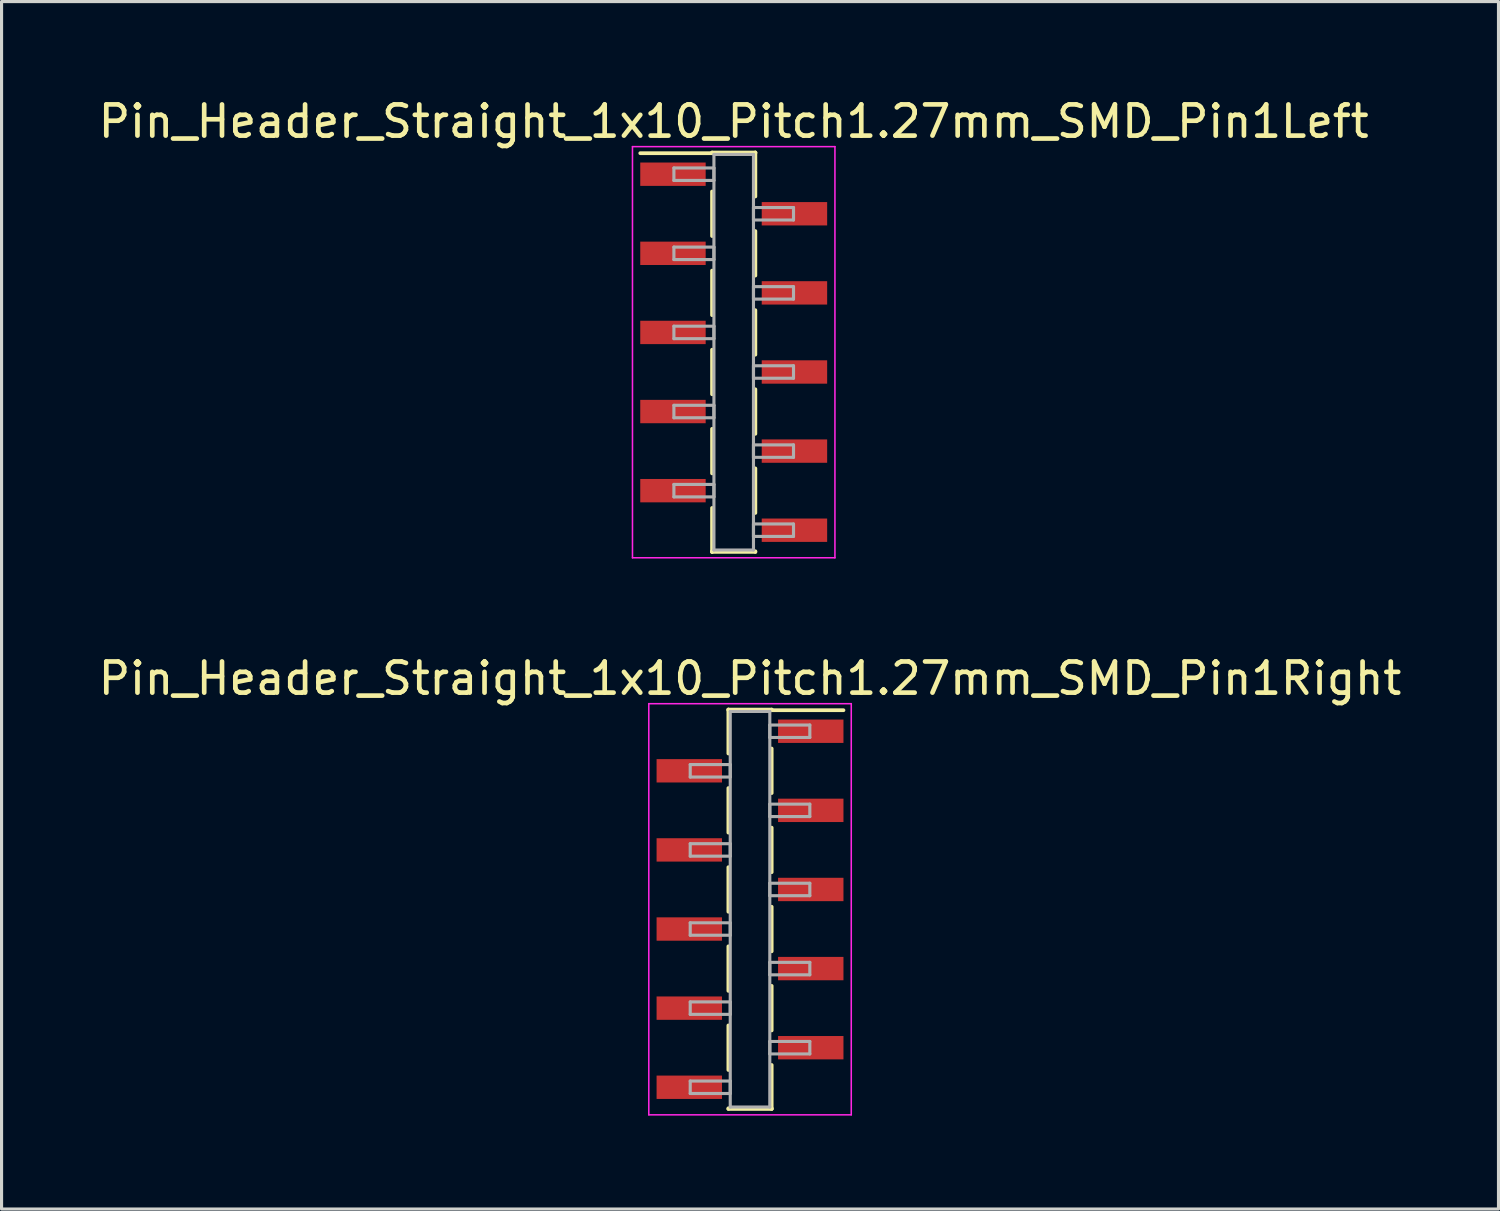
<source format=kicad_pcb>
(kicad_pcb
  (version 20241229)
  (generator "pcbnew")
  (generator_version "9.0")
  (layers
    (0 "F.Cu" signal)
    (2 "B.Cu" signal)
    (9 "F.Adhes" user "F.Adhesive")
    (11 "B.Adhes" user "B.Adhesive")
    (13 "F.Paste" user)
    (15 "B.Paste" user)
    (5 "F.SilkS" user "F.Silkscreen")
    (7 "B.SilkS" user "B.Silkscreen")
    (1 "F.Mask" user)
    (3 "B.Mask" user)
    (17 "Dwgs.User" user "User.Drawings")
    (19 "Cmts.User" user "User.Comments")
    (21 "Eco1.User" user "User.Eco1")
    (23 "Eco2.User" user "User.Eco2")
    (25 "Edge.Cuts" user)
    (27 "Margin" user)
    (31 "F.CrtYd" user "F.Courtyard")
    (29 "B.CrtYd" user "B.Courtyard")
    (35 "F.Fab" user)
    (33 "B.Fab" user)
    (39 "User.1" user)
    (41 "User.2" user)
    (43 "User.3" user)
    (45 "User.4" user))
  (footprint "Pin_Header_Straight_1x10_Pitch1.27mm_SMD_Pin1Left"
    (layer "F.Cu")
    (at 20.506 8.258)
    (property "Reference" "Pin_Header_Straight_1x10_Pitch1.27mm_SMD_Pin1Left" (at 0 -7.41 0) (layer "F.SilkS") (effects (font (size 1 1) (thickness 0.15))))
    (attr smd)
    (fp_line (start -0.695 -6.41) (end 0.695 -6.41) (stroke (width 0.12) (type solid)) (layer "F.SilkS"))
    (fp_line (start -0.695 -6.39) (end -3 -6.39) (stroke (width 0.12) (type solid)) (layer "F.SilkS"))
    (fp_line (start -0.695 -6.39) (end -0.695 -6.41) (stroke (width 0.12) (type solid)) (layer "F.SilkS"))
    (fp_line (start -0.695 -5.16) (end -0.695 -3.73) (stroke (width 0.12) (type solid)) (layer "F.SilkS"))
    (fp_line (start -0.695 -2.62) (end -0.695 -1.19) (stroke (width 0.12) (type solid)) (layer "F.SilkS"))
    (fp_line (start -0.695 -0.08) (end -0.695 1.35) (stroke (width 0.12) (type solid)) (layer "F.SilkS"))
    (fp_line (start -0.695 2.46) (end -0.695 3.89) (stroke (width 0.12) (type solid)) (layer "F.SilkS"))
    (fp_line (start -0.695 5) (end -0.695 6.41) (stroke (width 0.12) (type solid)) (layer "F.SilkS"))
    (fp_line (start -0.695 6.39) (end -0.695 6.41) (stroke (width 0.12) (type solid)) (layer "F.SilkS"))
    (fp_line (start -0.695 6.41) (end 0.695 6.41) (stroke (width 0.12) (type solid)) (layer "F.SilkS"))
    (fp_line (start 0.695 -6.41) (end 0.695 -6.39) (stroke (width 0.12) (type solid)) (layer "F.SilkS"))
    (fp_line (start 0.695 -6.41) (end 0.695 -5) (stroke (width 0.12) (type solid)) (layer "F.SilkS"))
    (fp_line (start 0.695 -3.89) (end 0.695 -2.46) (stroke (width 0.12) (type solid)) (layer "F.SilkS"))
    (fp_line (start 0.695 -1.35) (end 0.695 0.08) (stroke (width 0.12) (type solid)) (layer "F.SilkS"))
    (fp_line (start 0.695 1.19) (end 0.695 2.62) (stroke (width 0.12) (type solid)) (layer "F.SilkS"))
    (fp_line (start 0.695 3.73) (end 0.695 5.16) (stroke (width 0.12) (type solid)) (layer "F.SilkS"))
    (fp_line (start 0.695 6.41) (end 0.695 6.39) (stroke (width 0.12) (type solid)) (layer "F.SilkS"))
    (fp_line (start -3.25 -6.6) (end -3.25 6.6) (stroke (width 0.05) (type solid)) (layer "F.CrtYd"))
    (fp_line (start -3.25 6.6) (end 3.25 6.6) (stroke (width 0.05) (type solid)) (layer "F.CrtYd"))
    (fp_line (start 3.25 -6.6) (end -3.25 -6.6) (stroke (width 0.05) (type solid)) (layer "F.CrtYd"))
    (fp_line (start 3.25 6.6) (end 3.25 -6.6) (stroke (width 0.05) (type solid)) (layer "F.CrtYd"))
    (fp_line (start -1.92 -5.915) (end -0.635 -5.915) (stroke (width 0.1) (type solid)) (layer "F.Fab"))
    (fp_line (start -1.92 -5.515) (end -1.92 -5.915) (stroke (width 0.1) (type solid)) (layer "F.Fab"))
    (fp_line (start -1.92 -3.375) (end -0.635 -3.375) (stroke (width 0.1) (type solid)) (layer "F.Fab"))
    (fp_line (start -1.92 -2.975) (end -1.92 -3.375) (stroke (width 0.1) (type solid)) (layer "F.Fab"))
    (fp_line (start -1.92 -0.835) (end -0.635 -0.835) (stroke (width 0.1) (type solid)) (layer "F.Fab"))
    (fp_line (start -1.92 -0.435) (end -1.92 -0.835) (stroke (width 0.1) (type solid)) (layer "F.Fab"))
    (fp_line (start -1.92 1.705) (end -0.635 1.705) (stroke (width 0.1) (type solid)) (layer "F.Fab"))
    (fp_line (start -1.92 2.105) (end -1.92 1.705) (stroke (width 0.1) (type solid)) (layer "F.Fab"))
    (fp_line (start -1.92 4.245) (end -0.635 4.245) (stroke (width 0.1) (type solid)) (layer "F.Fab"))
    (fp_line (start -1.92 4.645) (end -1.92 4.245) (stroke (width 0.1) (type solid)) (layer "F.Fab"))
    (fp_line (start -0.635 -6.35) (end -0.635 6.35) (stroke (width 0.1) (type solid)) (layer "F.Fab"))
    (fp_line (start -0.635 -5.915) (end -0.635 -5.515) (stroke (width 0.1) (type solid)) (layer "F.Fab"))
    (fp_line (start -0.635 -5.515) (end -1.92 -5.515) (stroke (width 0.1) (type solid)) (layer "F.Fab"))
    (fp_line (start -0.635 -3.375) (end -0.635 -2.975) (stroke (width 0.1) (type solid)) (layer "F.Fab"))
    (fp_line (start -0.635 -2.975) (end -1.92 -2.975) (stroke (width 0.1) (type solid)) (layer "F.Fab"))
    (fp_line (start -0.635 -0.835) (end -0.635 -0.435) (stroke (width 0.1) (type solid)) (layer "F.Fab"))
    (fp_line (start -0.635 -0.435) (end -1.92 -0.435) (stroke (width 0.1) (type solid)) (layer "F.Fab"))
    (fp_line (start -0.635 1.705) (end -0.635 2.105) (stroke (width 0.1) (type solid)) (layer "F.Fab"))
    (fp_line (start -0.635 2.105) (end -1.92 2.105) (stroke (width 0.1) (type solid)) (layer "F.Fab"))
    (fp_line (start -0.635 4.245) (end -0.635 4.645) (stroke (width 0.1) (type solid)) (layer "F.Fab"))
    (fp_line (start -0.635 4.645) (end -1.92 4.645) (stroke (width 0.1) (type solid)) (layer "F.Fab"))
    (fp_line (start -0.635 6.35) (end 0.635 6.35) (stroke (width 0.1) (type solid)) (layer "F.Fab"))
    (fp_line (start 0.635 -6.35) (end -0.635 -6.35) (stroke (width 0.1) (type solid)) (layer "F.Fab"))
    (fp_line (start 0.635 -4.645) (end 0.635 -4.245) (stroke (width 0.1) (type solid)) (layer "F.Fab"))
    (fp_line (start 0.635 -4.245) (end 1.92 -4.245) (stroke (width 0.1) (type solid)) (layer "F.Fab"))
    (fp_line (start 0.635 -2.105) (end 0.635 -1.705) (stroke (width 0.1) (type solid)) (layer "F.Fab"))
    (fp_line (start 0.635 -1.705) (end 1.92 -1.705) (stroke (width 0.1) (type solid)) (layer "F.Fab"))
    (fp_line (start 0.635 0.435) (end 0.635 0.835) (stroke (width 0.1) (type solid)) (layer "F.Fab"))
    (fp_line (start 0.635 0.835) (end 1.92 0.835) (stroke (width 0.1) (type solid)) (layer "F.Fab"))
    (fp_line (start 0.635 2.975) (end 0.635 3.375) (stroke (width 0.1) (type solid)) (layer "F.Fab"))
    (fp_line (start 0.635 3.375) (end 1.92 3.375) (stroke (width 0.1) (type solid)) (layer "F.Fab"))
    (fp_line (start 0.635 5.515) (end 0.635 5.915) (stroke (width 0.1) (type solid)) (layer "F.Fab"))
    (fp_line (start 0.635 5.915) (end 1.92 5.915) (stroke (width 0.1) (type solid)) (layer "F.Fab"))
    (fp_line (start 0.635 6.35) (end 0.635 -6.35) (stroke (width 0.1) (type solid)) (layer "F.Fab"))
    (fp_line (start 1.92 -4.645) (end 0.635 -4.645) (stroke (width 0.1) (type solid)) (layer "F.Fab"))
    (fp_line (start 1.92 -4.245) (end 1.92 -4.645) (stroke (width 0.1) (type solid)) (layer "F.Fab"))
    (fp_line (start 1.92 -2.105) (end 0.635 -2.105) (stroke (width 0.1) (type solid)) (layer "F.Fab"))
    (fp_line (start 1.92 -1.705) (end 1.92 -2.105) (stroke (width 0.1) (type solid)) (layer "F.Fab"))
    (fp_line (start 1.92 0.435) (end 0.635 0.435) (stroke (width 0.1) (type solid)) (layer "F.Fab"))
    (fp_line (start 1.92 0.835) (end 1.92 0.435) (stroke (width 0.1) (type solid)) (layer "F.Fab"))
    (fp_line (start 1.92 2.975) (end 0.635 2.975) (stroke (width 0.1) (type solid)) (layer "F.Fab"))
    (fp_line (start 1.92 3.375) (end 1.92 2.975) (stroke (width 0.1) (type solid)) (layer "F.Fab"))
    (fp_line (start 1.92 5.515) (end 0.635 5.515) (stroke (width 0.1) (type solid)) (layer "F.Fab"))
    (fp_line (start 1.92 5.915) (end 1.92 5.515) (stroke (width 0.1) (type solid)) (layer "F.Fab"))
    (pad "1" smd rect (at -1.95 -5.715) (size 2.1 0.75) (layers "F.Cu" "F.Mask"))
    (pad "2" smd rect (at 1.95 -4.445) (size 2.1 0.75) (layers "F.Cu" "F.Mask"))
    (pad "3" smd rect (at -1.95 -3.175) (size 2.1 0.75) (layers "F.Cu" "F.Mask"))
    (pad "4" smd rect (at 1.95 -1.905) (size 2.1 0.75) (layers "F.Cu" "F.Mask"))
    (pad "5" smd rect (at -1.95 -0.635) (size 2.1 0.75) (layers "F.Cu" "F.Mask"))
    (pad "6" smd rect (at 1.95 0.635) (size 2.1 0.75) (layers "F.Cu" "F.Mask"))
    (pad "7" smd rect (at -1.95 1.905) (size 2.1 0.75) (layers "F.Cu" "F.Mask"))
    (pad "8" smd rect (at 1.95 3.175) (size 2.1 0.75) (layers "F.Cu" "F.Mask"))
    (pad "9" smd rect (at -1.95 4.445) (size 2.1 0.75) (layers "F.Cu" "F.Mask"))
    (pad "10" smd rect (at 1.95 5.715) (size 2.1 0.75) (layers "F.Cu" "F.Mask")))
  (footprint "Pin_Header_Straight_1x10_Pitch1.27mm_SMD_Pin1Right"
    (layer "F.Cu")
    (at 21.03 26.142)
    (property "Reference" "Pin_Header_Straight_1x10_Pitch1.27mm_SMD_Pin1Right" (at 0 -7.41 0) (layer "F.SilkS") (effects (font (size 1 1) (thickness 0.15))))
    (attr smd)
    (fp_line (start -0.695 -6.41) (end -0.695 -5) (stroke (width 0.12) (type solid)) (layer "F.SilkS"))
    (fp_line (start -0.695 -6.41) (end 0.695 -6.41) (stroke (width 0.12) (type solid)) (layer "F.SilkS"))
    (fp_line (start -0.695 -6.39) (end -0.695 -6.41) (stroke (width 0.12) (type solid)) (layer "F.SilkS"))
    (fp_line (start -0.695 -3.89) (end -0.695 -2.46) (stroke (width 0.12) (type solid)) (layer "F.SilkS"))
    (fp_line (start -0.695 -1.35) (end -0.695 0.08) (stroke (width 0.12) (type solid)) (layer "F.SilkS"))
    (fp_line (start -0.695 1.19) (end -0.695 2.62) (stroke (width 0.12) (type solid)) (layer "F.SilkS"))
    (fp_line (start -0.695 3.73) (end -0.695 5.16) (stroke (width 0.12) (type solid)) (layer "F.SilkS"))
    (fp_line (start -0.695 6.39) (end -0.695 6.41) (stroke (width 0.12) (type solid)) (layer "F.SilkS"))
    (fp_line (start -0.695 6.41) (end 0.695 6.41) (stroke (width 0.12) (type solid)) (layer "F.SilkS"))
    (fp_line (start 0.695 -6.41) (end 0.695 -6.39) (stroke (width 0.12) (type solid)) (layer "F.SilkS"))
    (fp_line (start 0.695 -6.39) (end 3 -6.39) (stroke (width 0.12) (type solid)) (layer "F.SilkS"))
    (fp_line (start 0.695 -5.16) (end 0.695 -3.73) (stroke (width 0.12) (type solid)) (layer "F.SilkS"))
    (fp_line (start 0.695 -2.62) (end 0.695 -1.19) (stroke (width 0.12) (type solid)) (layer "F.SilkS"))
    (fp_line (start 0.695 -0.08) (end 0.695 1.35) (stroke (width 0.12) (type solid)) (layer "F.SilkS"))
    (fp_line (start 0.695 2.46) (end 0.695 3.89) (stroke (width 0.12) (type solid)) (layer "F.SilkS"))
    (fp_line (start 0.695 5) (end 0.695 6.41) (stroke (width 0.12) (type solid)) (layer "F.SilkS"))
    (fp_line (start 0.695 6.41) (end 0.695 6.39) (stroke (width 0.12) (type solid)) (layer "F.SilkS"))
    (fp_line (start -3.25 -6.6) (end -3.25 6.6) (stroke (width 0.05) (type solid)) (layer "F.CrtYd"))
    (fp_line (start -3.25 6.6) (end 3.25 6.6) (stroke (width 0.05) (type solid)) (layer "F.CrtYd"))
    (fp_line (start 3.25 -6.6) (end -3.25 -6.6) (stroke (width 0.05) (type solid)) (layer "F.CrtYd"))
    (fp_line (start 3.25 6.6) (end 3.25 -6.6) (stroke (width 0.05) (type solid)) (layer "F.CrtYd"))
    (fp_line (start -1.92 -4.645) (end -0.635 -4.645) (stroke (width 0.1) (type solid)) (layer "F.Fab"))
    (fp_line (start -1.92 -4.245) (end -1.92 -4.645) (stroke (width 0.1) (type solid)) (layer "F.Fab"))
    (fp_line (start -1.92 -2.105) (end -0.635 -2.105) (stroke (width 0.1) (type solid)) (layer "F.Fab"))
    (fp_line (start -1.92 -1.705) (end -1.92 -2.105) (stroke (width 0.1) (type solid)) (layer "F.Fab"))
    (fp_line (start -1.92 0.435) (end -0.635 0.435) (stroke (width 0.1) (type solid)) (layer "F.Fab"))
    (fp_line (start -1.92 0.835) (end -1.92 0.435) (stroke (width 0.1) (type solid)) (layer "F.Fab"))
    (fp_line (start -1.92 2.975) (end -0.635 2.975) (stroke (width 0.1) (type solid)) (layer "F.Fab"))
    (fp_line (start -1.92 3.375) (end -1.92 2.975) (stroke (width 0.1) (type solid)) (layer "F.Fab"))
    (fp_line (start -1.92 5.515) (end -0.635 5.515) (stroke (width 0.1) (type solid)) (layer "F.Fab"))
    (fp_line (start -1.92 5.915) (end -1.92 5.515) (stroke (width 0.1) (type solid)) (layer "F.Fab"))
    (fp_line (start -0.635 -6.35) (end -0.635 6.35) (stroke (width 0.1) (type solid)) (layer "F.Fab"))
    (fp_line (start -0.635 -4.645) (end -0.635 -4.245) (stroke (width 0.1) (type solid)) (layer "F.Fab"))
    (fp_line (start -0.635 -4.245) (end -1.92 -4.245) (stroke (width 0.1) (type solid)) (layer "F.Fab"))
    (fp_line (start -0.635 -2.105) (end -0.635 -1.705) (stroke (width 0.1) (type solid)) (layer "F.Fab"))
    (fp_line (start -0.635 -1.705) (end -1.92 -1.705) (stroke (width 0.1) (type solid)) (layer "F.Fab"))
    (fp_line (start -0.635 0.435) (end -0.635 0.835) (stroke (width 0.1) (type solid)) (layer "F.Fab"))
    (fp_line (start -0.635 0.835) (end -1.92 0.835) (stroke (width 0.1) (type solid)) (layer "F.Fab"))
    (fp_line (start -0.635 2.975) (end -0.635 3.375) (stroke (width 0.1) (type solid)) (layer "F.Fab"))
    (fp_line (start -0.635 3.375) (end -1.92 3.375) (stroke (width 0.1) (type solid)) (layer "F.Fab"))
    (fp_line (start -0.635 5.515) (end -0.635 5.915) (stroke (width 0.1) (type solid)) (layer "F.Fab"))
    (fp_line (start -0.635 5.915) (end -1.92 5.915) (stroke (width 0.1) (type solid)) (layer "F.Fab"))
    (fp_line (start -0.635 6.35) (end 0.635 6.35) (stroke (width 0.1) (type solid)) (layer "F.Fab"))
    (fp_line (start 0.635 -6.35) (end -0.635 -6.35) (stroke (width 0.1) (type solid)) (layer "F.Fab"))
    (fp_line (start 0.635 -5.915) (end 0.635 -5.515) (stroke (width 0.1) (type solid)) (layer "F.Fab"))
    (fp_line (start 0.635 -5.515) (end 1.92 -5.515) (stroke (width 0.1) (type solid)) (layer "F.Fab"))
    (fp_line (start 0.635 -3.375) (end 0.635 -2.975) (stroke (width 0.1) (type solid)) (layer "F.Fab"))
    (fp_line (start 0.635 -2.975) (end 1.92 -2.975) (stroke (width 0.1) (type solid)) (layer "F.Fab"))
    (fp_line (start 0.635 -0.835) (end 0.635 -0.435) (stroke (width 0.1) (type solid)) (layer "F.Fab"))
    (fp_line (start 0.635 -0.435) (end 1.92 -0.435) (stroke (width 0.1) (type solid)) (layer "F.Fab"))
    (fp_line (start 0.635 1.705) (end 0.635 2.105) (stroke (width 0.1) (type solid)) (layer "F.Fab"))
    (fp_line (start 0.635 2.105) (end 1.92 2.105) (stroke (width 0.1) (type solid)) (layer "F.Fab"))
    (fp_line (start 0.635 4.245) (end 0.635 4.645) (stroke (width 0.1) (type solid)) (layer "F.Fab"))
    (fp_line (start 0.635 4.645) (end 1.92 4.645) (stroke (width 0.1) (type solid)) (layer "F.Fab"))
    (fp_line (start 0.635 6.35) (end 0.635 -6.35) (stroke (width 0.1) (type solid)) (layer "F.Fab"))
    (fp_line (start 1.92 -5.915) (end 0.635 -5.915) (stroke (width 0.1) (type solid)) (layer "F.Fab"))
    (fp_line (start 1.92 -5.515) (end 1.92 -5.915) (stroke (width 0.1) (type solid)) (layer "F.Fab"))
    (fp_line (start 1.92 -3.375) (end 0.635 -3.375) (stroke (width 0.1) (type solid)) (layer "F.Fab"))
    (fp_line (start 1.92 -2.975) (end 1.92 -3.375) (stroke (width 0.1) (type solid)) (layer "F.Fab"))
    (fp_line (start 1.92 -0.835) (end 0.635 -0.835) (stroke (width 0.1) (type solid)) (layer "F.Fab"))
    (fp_line (start 1.92 -0.435) (end 1.92 -0.835) (stroke (width 0.1) (type solid)) (layer "F.Fab"))
    (fp_line (start 1.92 1.705) (end 0.635 1.705) (stroke (width 0.1) (type solid)) (layer "F.Fab"))
    (fp_line (start 1.92 2.105) (end 1.92 1.705) (stroke (width 0.1) (type solid)) (layer "F.Fab"))
    (fp_line (start 1.92 4.245) (end 0.635 4.245) (stroke (width 0.1) (type solid)) (layer "F.Fab"))
    (fp_line (start 1.92 4.645) (end 1.92 4.245) (stroke (width 0.1) (type solid)) (layer "F.Fab"))
    (pad "1" smd rect (at 1.95 -5.715) (size 2.1 0.75) (layers "F.Cu" "F.Mask"))
    (pad "2" smd rect (at -1.95 -4.445) (size 2.1 0.75) (layers "F.Cu" "F.Mask"))
    (pad "3" smd rect (at 1.95 -3.175) (size 2.1 0.75) (layers "F.Cu" "F.Mask"))
    (pad "4" smd rect (at -1.95 -1.905) (size 2.1 0.75) (layers "F.Cu" "F.Mask"))
    (pad "5" smd rect (at 1.95 -0.635) (size 2.1 0.75) (layers "F.Cu" "F.Mask"))
    (pad "6" smd rect (at -1.95 0.635) (size 2.1 0.75) (layers "F.Cu" "F.Mask"))
    (pad "7" smd rect (at 1.95 1.905) (size 2.1 0.75) (layers "F.Cu" "F.Mask"))
    (pad "8" smd rect (at -1.95 3.175) (size 2.1 0.75) (layers "F.Cu" "F.Mask"))
    (pad "9" smd rect (at 1.95 4.445) (size 2.1 0.75) (layers "F.Cu" "F.Mask"))
    (pad "10" smd rect (at -1.95 5.715) (size 2.1 0.75) (layers "F.Cu" "F.Mask")))
  (gr_rect
    (start -3 -3)
    (end 45.06 35.767)
    (stroke (width 0.1) (type default))
    (fill no)
    (layer "Edge.Cuts")))
</source>
